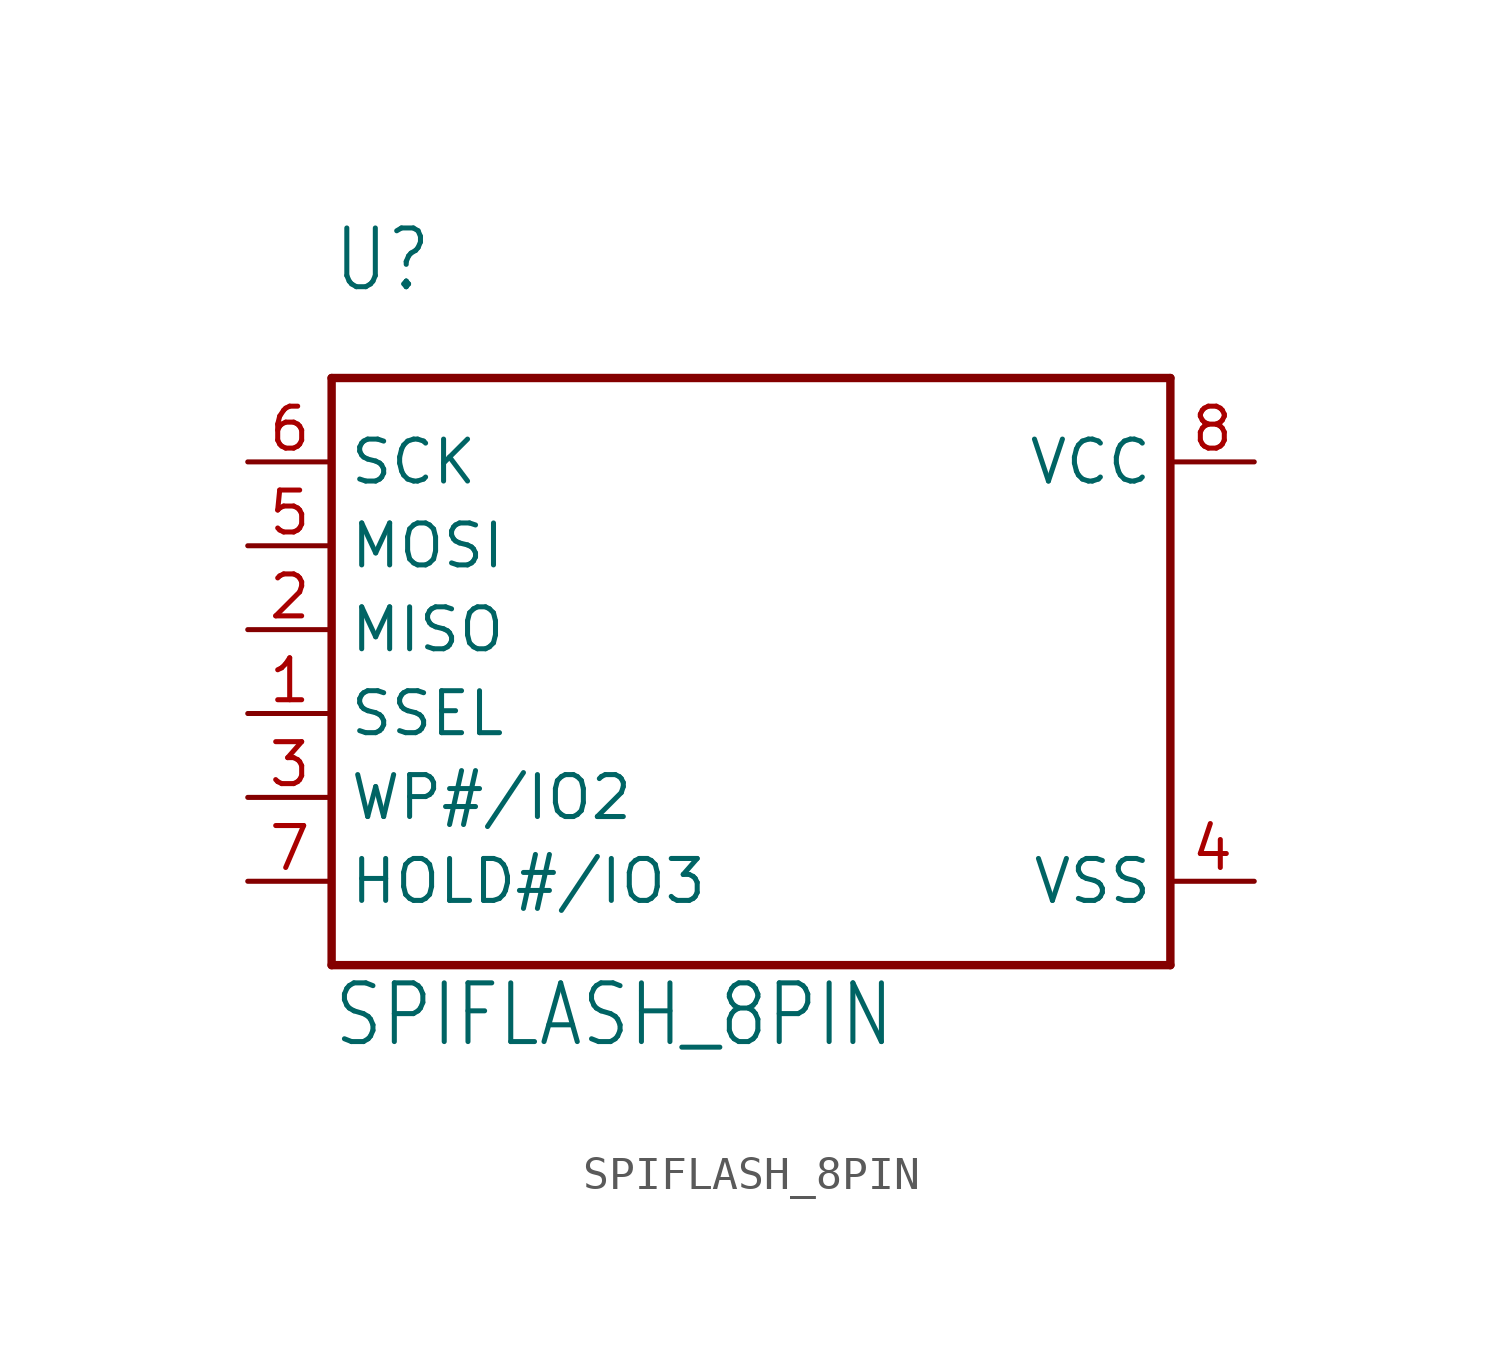
<source format=kicad_sym>
(kicad_symbol_lib
  (version 20211014)
  (generator kicad_symbol_editor)
  (symbol "SPIFLASH_8PIN"
    (property "Reference" "U"
      (at -12.7 12.7 0)
      (effects (font (size 1.778 1.511)) (justify left bottom)))
    (property "Value" "SPIFLASH_8PIN"
      (at -12.7 -10.16 0)
      (effects (font (size 1.778 1.511)) (justify left bottom)))
    (property "ki_locked" ""
      (at 0 0 0)
      (effects (font (size 1.27 1.27))))
    (symbol "SPIFLASH_8PIN_1_0"
      (polyline (pts (xy -12.7 -7.62) (xy -12.7 10.16)) (stroke (width 0.254) (type default) (color 0 0 0 0)) (fill (type none)))
      (polyline (pts (xy -12.7 10.16) (xy 12.7 10.16)) (stroke (width 0.254) (type default) (color 0 0 0 0)) (fill (type none)))
      (polyline (pts (xy 12.7 -7.62) (xy -12.7 -7.62)) (stroke (width 0.254) (type default) (color 0 0 0 0)) (fill (type none)))
      (polyline (pts (xy 12.7 10.16) (xy 12.7 -7.62)) (stroke (width 0.254) (type default) (color 0 0 0 0)) (fill (type none)))
      (pin bidirectional line (at -15.24 0 0) (length 2.54) (name "SSEL" (effects (font (size 1.27 1.27)))) (number "1" (effects (font (size 1.27 1.27)))))
      (pin bidirectional line (at -15.24 2.54 0) (length 2.54) (name "MISO" (effects (font (size 1.27 1.27)))) (number "2" (effects (font (size 1.27 1.27)))))
      (pin bidirectional line (at -15.24 -2.54 0) (length 2.54) (name "WP#/IO2" (effects (font (size 1.27 1.27)))) (number "3" (effects (font (size 1.27 1.27)))))
      (pin bidirectional line (at 15.24 -5.08 180) (length 2.54) (name "VSS" (effects (font (size 1.27 1.27)))) (number "4" (effects (font (size 1.27 1.27)))))
      (pin bidirectional line (at -15.24 5.08 0) (length 2.54) (name "MOSI" (effects (font (size 1.27 1.27)))) (number "5" (effects (font (size 1.27 1.27)))))
      (pin bidirectional line (at -15.24 7.62 0) (length 2.54) (name "SCK" (effects (font (size 1.27 1.27)))) (number "6" (effects (font (size 1.27 1.27)))))
      (pin bidirectional line (at -15.24 -5.08 0) (length 2.54) (name "HOLD#/IO3" (effects (font (size 1.27 1.27)))) (number "7" (effects (font (size 1.27 1.27)))))
      (pin bidirectional line (at 15.24 7.62 180) (length 2.54) (name "VCC" (effects (font (size 1.27 1.27)))) (number "8" (effects (font (size 1.27 1.27))))))))
</source>
